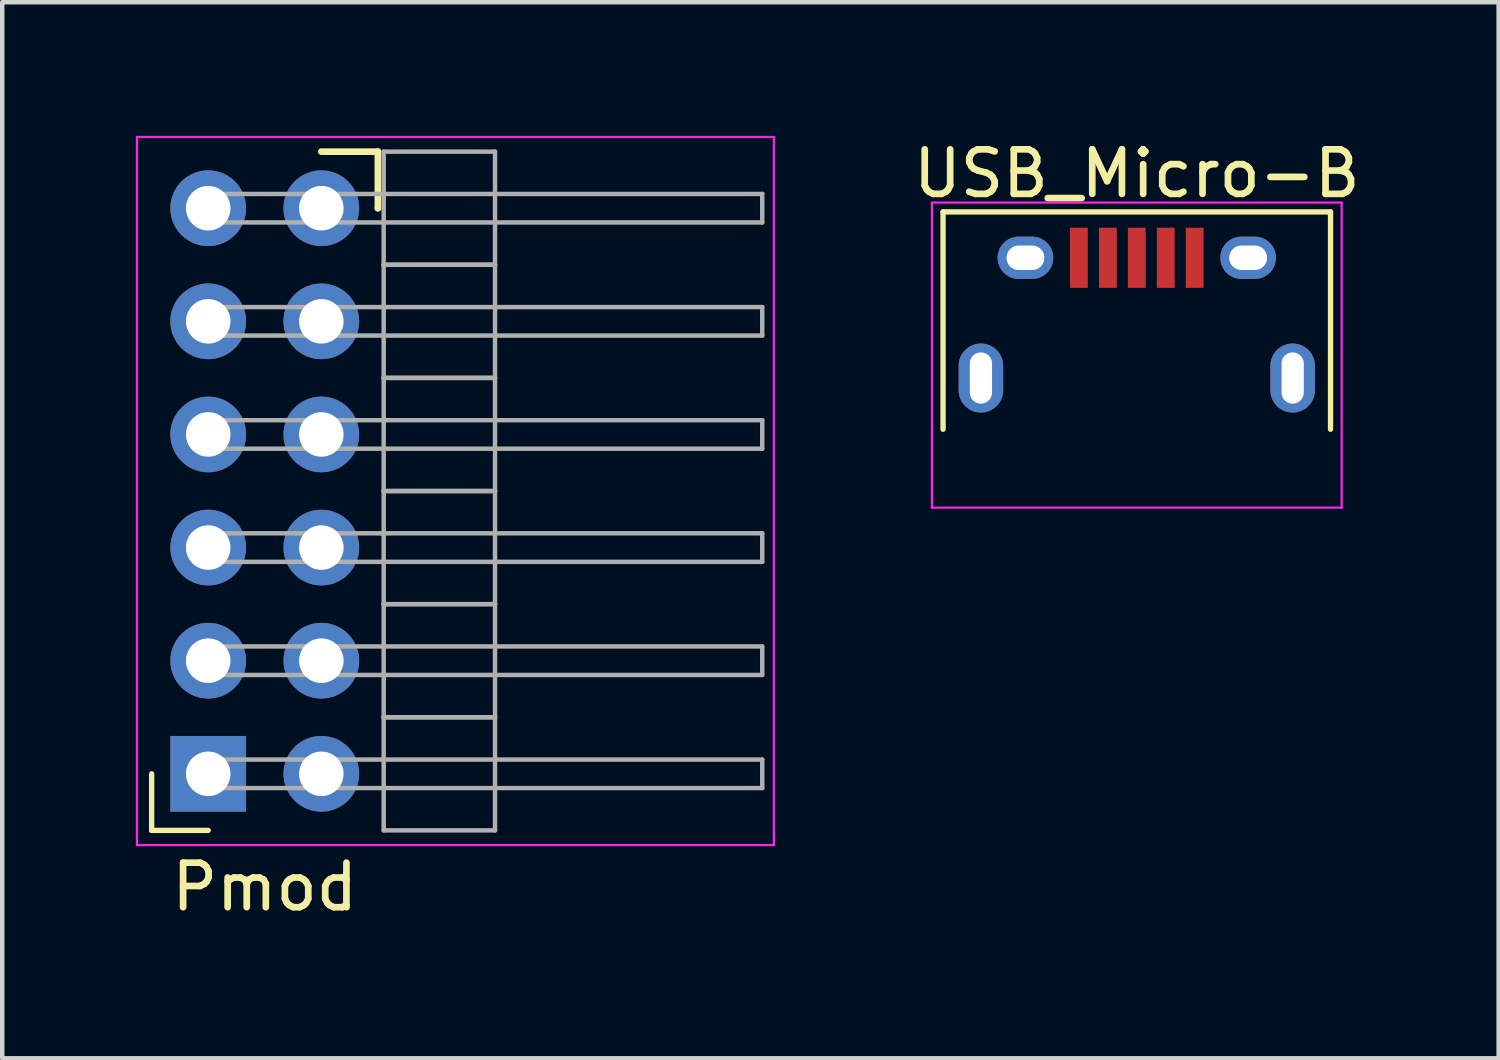
<source format=kicad_pcb>
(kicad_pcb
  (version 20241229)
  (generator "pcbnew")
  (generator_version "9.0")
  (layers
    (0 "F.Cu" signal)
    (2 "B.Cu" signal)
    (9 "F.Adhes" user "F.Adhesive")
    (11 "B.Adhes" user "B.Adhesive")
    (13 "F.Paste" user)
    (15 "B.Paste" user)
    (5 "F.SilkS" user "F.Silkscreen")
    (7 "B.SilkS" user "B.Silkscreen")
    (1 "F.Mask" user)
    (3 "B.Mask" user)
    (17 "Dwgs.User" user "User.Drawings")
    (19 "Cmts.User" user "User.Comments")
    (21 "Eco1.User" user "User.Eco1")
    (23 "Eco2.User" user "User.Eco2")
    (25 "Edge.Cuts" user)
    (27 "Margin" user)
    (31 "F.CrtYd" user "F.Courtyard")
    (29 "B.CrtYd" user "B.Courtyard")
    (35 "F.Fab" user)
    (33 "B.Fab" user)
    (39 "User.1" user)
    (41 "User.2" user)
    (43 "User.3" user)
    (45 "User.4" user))
  (footprint "USB_Micro-B"
    (layer "F.Cu")
    (at 22.475 4.088)
    (property "Reference" "USB_Micro-B" (at 0 -3.24 0) (layer "F.SilkS") (effects (font (size 1 1) (thickness 0.15))))
    (attr smd)
    (fp_line (start -4.35 -2.38) (end 4.35 -2.38) (stroke (width 0.12) (type solid)) (layer "F.SilkS"))
    (fp_line (start -4.35 2.5) (end -4.35 -2.38) (stroke (width 0.12) (type solid)) (layer "F.SilkS"))
    (fp_line (start 4.35 -2.38) (end 4.35 2.5) (stroke (width 0.12) (type solid)) (layer "F.SilkS"))
    (fp_line (start -4.6 -2.59) (end 4.6 -2.59) (stroke (width 0.05) (type solid)) (layer "F.CrtYd"))
    (fp_line (start -4.6 4.26) (end -4.6 -2.59) (stroke (width 0.05) (type solid)) (layer "F.CrtYd"))
    (fp_line (start 4.6 -2.59) (end 4.6 4.26) (stroke (width 0.05) (type solid)) (layer "F.CrtYd"))
    (fp_line (start 4.6 4.26) (end -4.6 4.26) (stroke (width 0.05) (type solid)) (layer "F.CrtYd"))
    (pad "1" smd rect (at -1.3 -1.35 90) (size 1.35 0.4) (layers "F.Cu" "F.Mask" "F.Paste"))
    (pad "2" smd rect (at -0.65 -1.35 90) (size 1.35 0.4) (layers "F.Cu" "F.Mask" "F.Paste"))
    (pad "3" smd rect (at 0 -1.35 90) (size 1.35 0.4) (layers "F.Cu" "F.Mask" "F.Paste"))
    (pad "4" smd rect (at 0.65 -1.35 90) (size 1.35 0.4) (layers "F.Cu" "F.Mask" "F.Paste"))
    (pad "5" smd rect (at 1.3 -1.35 90) (size 1.35 0.4) (layers "F.Cu" "F.Mask" "F.Paste"))
    (pad "6" thru_hole oval (at -3.5 1.35 90) (size 1.55 1) (drill oval 1.15 0.5) (layers "*.Cu" "*.Mask"))
    (pad "6" thru_hole oval (at -2.5 -1.35 90) (size 0.95 1.25) (drill oval 0.55 0.85) (layers "*.Cu" "*.Mask"))
    (pad "6" thru_hole oval (at 2.5 -1.35 90) (size 0.95 1.25) (drill oval 0.55 0.85) (layers "*.Cu" "*.Mask"))
    (pad "6" thru_hole oval (at 3.5 1.35 90) (size 1.55 1) (drill oval 1.15 0.5) (layers "*.Cu" "*.Mask")))
  (footprint "Pmod"
    (layer "F.Cu")
    (at 1.625 1.625)
    (property "Reference" "Pmod" (at 1.27 15.24 0) (layer "F.SilkS") (effects (font (size 1 1) (thickness 0.15))))
    (attr through_hole)
    (fp_line (start -1.27 13.97) (end -1.27 12.7) (stroke (width 0.12) (type solid)) (layer "F.SilkS"))
    (fp_line (start -1.27 13.97) (end 0 13.97) (stroke (width 0.12) (type solid)) (layer "F.SilkS"))
    (fp_line (start 2.54 -1.27) (end 3.81 -1.27) (stroke (width 0.15) (type solid)) (layer "F.SilkS"))
    (fp_line (start 3.81 -1.27) (end 3.81 0) (stroke (width 0.15) (type solid)) (layer "F.SilkS"))
    (fp_line (start 3.81 0) (end 3.81 0) (stroke (width 0.15) (type solid)) (layer "F.SilkS"))
    (fp_line (start -1.6 -1.6) (end -1.6 14.3) (stroke (width 0.05) (type solid)) (layer "F.CrtYd"))
    (fp_line (start -1.6 14.3) (end 12.7 14.3) (stroke (width 0.05) (type solid)) (layer "F.CrtYd"))
    (fp_line (start 12.7 -1.6) (end -1.6 -1.6) (stroke (width 0.05) (type solid)) (layer "F.CrtYd"))
    (fp_line (start 12.7 14.3) (end 12.7 -1.6) (stroke (width 0.05) (type solid)) (layer "F.CrtYd"))
    (fp_line (start 0 -0.32) (end 0 0.32) (stroke (width 0.1) (type solid)) (layer "F.Fab"))
    (fp_line (start 0 0.32) (end 12.44 0.32) (stroke (width 0.1) (type solid)) (layer "F.Fab"))
    (fp_line (start 0 2.22) (end 0 2.86) (stroke (width 0.1) (type solid)) (layer "F.Fab"))
    (fp_line (start 0 2.86) (end 12.44 2.86) (stroke (width 0.1) (type solid)) (layer "F.Fab"))
    (fp_line (start 0 4.76) (end 0 5.4) (stroke (width 0.1) (type solid)) (layer "F.Fab"))
    (fp_line (start 0 5.4) (end 12.44 5.4) (stroke (width 0.1) (type solid)) (layer "F.Fab"))
    (fp_line (start 0 7.3) (end 0 7.94) (stroke (width 0.1) (type solid)) (layer "F.Fab"))
    (fp_line (start 0 7.94) (end 12.44 7.94) (stroke (width 0.1) (type solid)) (layer "F.Fab"))
    (fp_line (start 0 9.84) (end 0 10.48) (stroke (width 0.1) (type solid)) (layer "F.Fab"))
    (fp_line (start 0 10.48) (end 12.44 10.48) (stroke (width 0.1) (type solid)) (layer "F.Fab"))
    (fp_line (start 0 12.38) (end 0 13.02) (stroke (width 0.1) (type solid)) (layer "F.Fab"))
    (fp_line (start 0 13.02) (end 12.44 13.02) (stroke (width 0.1) (type solid)) (layer "F.Fab"))
    (fp_line (start 3.94 -1.27) (end 3.94 1.27) (stroke (width 0.1) (type solid)) (layer "F.Fab"))
    (fp_line (start 3.94 1.27) (end 3.94 3.81) (stroke (width 0.1) (type solid)) (layer "F.Fab"))
    (fp_line (start 3.94 1.27) (end 6.44 1.27) (stroke (width 0.1) (type solid)) (layer "F.Fab"))
    (fp_line (start 3.94 3.81) (end 3.94 6.35) (stroke (width 0.1) (type solid)) (layer "F.Fab"))
    (fp_line (start 3.94 3.81) (end 6.44 3.81) (stroke (width 0.1) (type solid)) (layer "F.Fab"))
    (fp_line (start 3.94 6.35) (end 3.94 8.89) (stroke (width 0.1) (type solid)) (layer "F.Fab"))
    (fp_line (start 3.94 6.35) (end 6.44 6.35) (stroke (width 0.1) (type solid)) (layer "F.Fab"))
    (fp_line (start 3.94 8.89) (end 3.94 11.43) (stroke (width 0.1) (type solid)) (layer "F.Fab"))
    (fp_line (start 3.94 8.89) (end 6.44 8.89) (stroke (width 0.1) (type solid)) (layer "F.Fab"))
    (fp_line (start 3.94 11.43) (end 3.94 13.97) (stroke (width 0.1) (type solid)) (layer "F.Fab"))
    (fp_line (start 3.94 11.43) (end 6.44 11.43) (stroke (width 0.1) (type solid)) (layer "F.Fab"))
    (fp_line (start 3.94 13.97) (end 6.44 13.97) (stroke (width 0.1) (type solid)) (layer "F.Fab"))
    (fp_line (start 6.44 -1.27) (end 3.94 -1.27) (stroke (width 0.1) (type solid)) (layer "F.Fab"))
    (fp_line (start 6.44 1.27) (end 3.94 1.27) (stroke (width 0.1) (type solid)) (layer "F.Fab"))
    (fp_line (start 6.44 1.27) (end 6.44 -1.27) (stroke (width 0.1) (type solid)) (layer "F.Fab"))
    (fp_line (start 6.44 3.81) (end 3.94 3.81) (stroke (width 0.1) (type solid)) (layer "F.Fab"))
    (fp_line (start 6.44 3.81) (end 6.44 1.27) (stroke (width 0.1) (type solid)) (layer "F.Fab"))
    (fp_line (start 6.44 6.35) (end 3.94 6.35) (stroke (width 0.1) (type solid)) (layer "F.Fab"))
    (fp_line (start 6.44 6.35) (end 6.44 3.81) (stroke (width 0.1) (type solid)) (layer "F.Fab"))
    (fp_line (start 6.44 8.89) (end 3.94 8.89) (stroke (width 0.1) (type solid)) (layer "F.Fab"))
    (fp_line (start 6.44 8.89) (end 6.44 6.35) (stroke (width 0.1) (type solid)) (layer "F.Fab"))
    (fp_line (start 6.44 11.43) (end 3.94 11.43) (stroke (width 0.1) (type solid)) (layer "F.Fab"))
    (fp_line (start 6.44 11.43) (end 6.44 8.89) (stroke (width 0.1) (type solid)) (layer "F.Fab"))
    (fp_line (start 6.44 13.97) (end 6.44 11.43) (stroke (width 0.1) (type solid)) (layer "F.Fab"))
    (fp_line (start 12.44 -0.32) (end 0 -0.32) (stroke (width 0.1) (type solid)) (layer "F.Fab"))
    (fp_line (start 12.44 0.32) (end 12.44 -0.32) (stroke (width 0.1) (type solid)) (layer "F.Fab"))
    (fp_line (start 12.44 2.22) (end 0 2.22) (stroke (width 0.1) (type solid)) (layer "F.Fab"))
    (fp_line (start 12.44 2.86) (end 12.44 2.22) (stroke (width 0.1) (type solid)) (layer "F.Fab"))
    (fp_line (start 12.44 4.76) (end 0 4.76) (stroke (width 0.1) (type solid)) (layer "F.Fab"))
    (fp_line (start 12.44 5.4) (end 12.44 4.76) (stroke (width 0.1) (type solid)) (layer "F.Fab"))
    (fp_line (start 12.44 7.3) (end 0 7.3) (stroke (width 0.1) (type solid)) (layer "F.Fab"))
    (fp_line (start 12.44 7.94) (end 12.44 7.3) (stroke (width 0.1) (type solid)) (layer "F.Fab"))
    (fp_line (start 12.44 9.84) (end 0 9.84) (stroke (width 0.1) (type solid)) (layer "F.Fab"))
    (fp_line (start 12.44 10.48) (end 12.44 9.84) (stroke (width 0.1) (type solid)) (layer "F.Fab"))
    (fp_line (start 12.44 12.38) (end 0 12.38) (stroke (width 0.1) (type solid)) (layer "F.Fab"))
    (fp_line (start 12.44 13.02) (end 12.44 12.38) (stroke (width 0.1) (type solid)) (layer "F.Fab"))
    (pad "1" thru_hole rect (at 0 12.7) (size 1.7 1.7) (drill 1) (layers "*.Cu" "*.Mask"))
    (pad "2" thru_hole oval (at 2.54 12.7) (size 1.7 1.7) (drill 1) (layers "*.Cu" "*.Mask"))
    (pad "3" thru_hole oval (at 0 10.16) (size 1.7 1.7) (drill 1) (layers "*.Cu" "*.Mask"))
    (pad "4" thru_hole oval (at 2.54 10.16) (size 1.7 1.7) (drill 1) (layers "*.Cu" "*.Mask"))
    (pad "5" thru_hole oval (at 0 7.62) (size 1.7 1.7) (drill 1) (layers "*.Cu" "*.Mask"))
    (pad "6" thru_hole oval (at 2.54 7.62) (size 1.7 1.7) (drill 1) (layers "*.Cu" "*.Mask"))
    (pad "7" thru_hole oval (at 0 5.08) (size 1.7 1.7) (drill 1) (layers "*.Cu" "*.Mask"))
    (pad "8" thru_hole oval (at 2.54 5.08) (size 1.7 1.7) (drill 1) (layers "*.Cu" "*.Mask"))
    (pad "9" thru_hole oval (at 0 2.54) (size 1.7 1.7) (drill 1) (layers "*.Cu" "*.Mask"))
    (pad "10" thru_hole oval (at 2.54 2.54) (size 1.7 1.7) (drill 1) (layers "*.Cu" "*.Mask"))
    (pad "11" thru_hole oval (at 0 0) (size 1.7 1.7) (drill 1) (layers "*.Cu" "*.Mask"))
    (pad "12" thru_hole oval (at 2.54 0) (size 1.7 1.7) (drill 1) (layers "*.Cu" "*.Mask")))
  (gr_rect
    (start -3 -3)
    (end 30.6 20.713)
    (stroke (width 0.1) (type default))
    (fill no)
    (layer "Edge.Cuts")))
</source>
